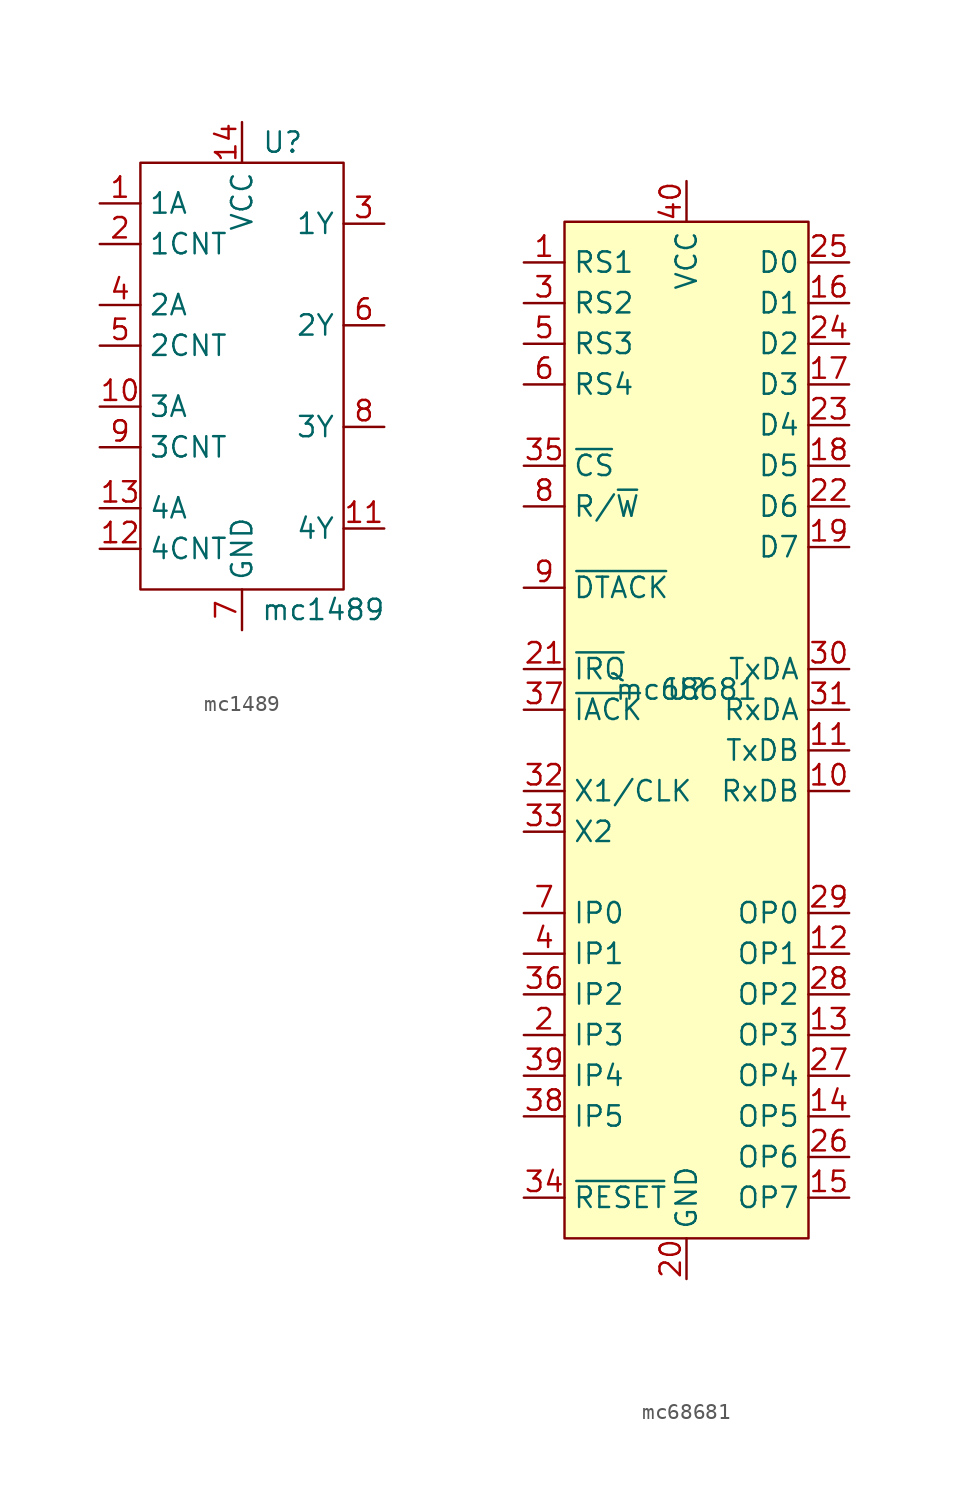
<source format=kicad_sym>
(kicad_symbol_lib
  (version 20211014)
  (generator kicad_symbol_editor)
  (symbol "mc1489"
    (property "Reference" "U"
      (at 0 0 0)
      (effects (font (size 1.27 1.27))))
    (property "Value" "mc1489"
      (at 2.54 -29.21 0)
      (effects (font (size 1.27 1.27))))
    (symbol "mc1489_0_1"
      (rectangle (start -8.89 -1.27) (end 3.81 -27.94) (stroke (width 0) (type default) (color 0 0 0 0)) (fill (type none))))
    (symbol "mc1489_1_1"
      (pin input line (at -11.43 -3.81 0) (length 2.54) (name "1A" (effects (font (size 1.27 1.27)))) (number "1" (effects (font (size 1.27 1.27)))))
      (pin input line (at -11.43 -16.51 0) (length 2.54) (name "3A" (effects (font (size 1.27 1.27)))) (number "10" (effects (font (size 1.27 1.27)))))
      (pin output line (at 6.35 -24.13 180) (length 2.54) (name "4Y" (effects (font (size 1.27 1.27)))) (number "11" (effects (font (size 1.27 1.27)))))
      (pin input line (at -11.43 -25.4 0) (length 2.54) (name "4CNT" (effects (font (size 1.27 1.27)))) (number "12" (effects (font (size 1.27 1.27)))))
      (pin input line (at -11.43 -22.86 0) (length 2.54) (name "4A" (effects (font (size 1.27 1.27)))) (number "13" (effects (font (size 1.27 1.27)))))
      (pin power_in line (at -2.54 1.27 270) (length 2.54) (name "VCC" (effects (font (size 1.27 1.27)))) (number "14" (effects (font (size 1.27 1.27)))))
      (pin input line (at -11.43 -6.35 0) (length 2.54) (name "1CNT" (effects (font (size 1.27 1.27)))) (number "2" (effects (font (size 1.27 1.27)))))
      (pin output line (at 6.35 -5.08 180) (length 2.54) (name "1Y" (effects (font (size 1.27 1.27)))) (number "3" (effects (font (size 1.27 1.27)))))
      (pin input line (at -11.43 -10.16 0) (length 2.54) (name "2A" (effects (font (size 1.27 1.27)))) (number "4" (effects (font (size 1.27 1.27)))))
      (pin input line (at -11.43 -12.7 0) (length 2.54) (name "2CNT" (effects (font (size 1.27 1.27)))) (number "5" (effects (font (size 1.27 1.27)))))
      (pin output line (at 6.35 -11.43 180) (length 2.54) (name "2Y" (effects (font (size 1.27 1.27)))) (number "6" (effects (font (size 1.27 1.27)))))
      (pin power_in line (at -2.54 -30.48 90) (length 2.54) (name "GND" (effects (font (size 1.27 1.27)))) (number "7" (effects (font (size 1.27 1.27)))))
      (pin output line (at 6.35 -17.78 180) (length 2.54) (name "3Y" (effects (font (size 1.27 1.27)))) (number "8" (effects (font (size 1.27 1.27)))))
      (pin input line (at -11.43 -19.05 0) (length 2.54) (name "3CNT" (effects (font (size 1.27 1.27)))) (number "9" (effects (font (size 1.27 1.27)))))))
  (symbol "mc68681"
    (property "Reference" "U"
      (at 0 0 0)
      (effects (font (size 1.27 1.27))))
    (property "Value" "mc68681"
      (at 0 0 0)
      (effects (font (size 1.27 1.27))))
    (symbol "mc68681_0_1"
      (rectangle (start -7.62 29.21) (end 7.62 -34.29) (stroke (width 0) (type default) (color 0 0 0 0)) (fill (type background))))
    (symbol "mc68681_1_1"
      (pin input line (at -10.16 26.67 0) (length 2.54) (name "RS1" (effects (font (size 1.27 1.27)))) (number "1" (effects (font (size 1.27 1.27)))))
      (pin input line (at 10.16 -6.35 180) (length 2.54) (name "RxDB" (effects (font (size 1.27 1.27)))) (number "10" (effects (font (size 1.27 1.27)))))
      (pin output line (at 10.16 -3.81 180) (length 2.54) (name "TxDB" (effects (font (size 1.27 1.27)))) (number "11" (effects (font (size 1.27 1.27)))))
      (pin output line (at 10.16 -16.51 180) (length 2.54) (name "OP1" (effects (font (size 1.27 1.27)))) (number "12" (effects (font (size 1.27 1.27)))))
      (pin output line (at 10.16 -21.59 180) (length 2.54) (name "OP3" (effects (font (size 1.27 1.27)))) (number "13" (effects (font (size 1.27 1.27)))))
      (pin output line (at 10.16 -26.67 180) (length 2.54) (name "OP5" (effects (font (size 1.27 1.27)))) (number "14" (effects (font (size 1.27 1.27)))))
      (pin output line (at 10.16 -31.75 180) (length 2.54) (name "OP7" (effects (font (size 1.27 1.27)))) (number "15" (effects (font (size 1.27 1.27)))))
      (pin bidirectional line (at 10.16 24.13 180) (length 2.54) (name "D1" (effects (font (size 1.27 1.27)))) (number "16" (effects (font (size 1.27 1.27)))))
      (pin bidirectional line (at 10.16 19.05 180) (length 2.54) (name "D3" (effects (font (size 1.27 1.27)))) (number "17" (effects (font (size 1.27 1.27)))))
      (pin bidirectional line (at 10.16 13.97 180) (length 2.54) (name "D5" (effects (font (size 1.27 1.27)))) (number "18" (effects (font (size 1.27 1.27)))))
      (pin bidirectional line (at 10.16 8.89 180) (length 2.54) (name "D7" (effects (font (size 1.27 1.27)))) (number "19" (effects (font (size 1.27 1.27)))))
      (pin input line (at -10.16 -21.59 0) (length 2.54) (name "IP3" (effects (font (size 1.27 1.27)))) (number "2" (effects (font (size 1.27 1.27)))))
      (pin power_in line (at 0 -36.83 90) (length 2.54) (name "GND" (effects (font (size 1.27 1.27)))) (number "20" (effects (font (size 1.27 1.27)))))
      (pin output line (at -10.16 1.27 0) (length 2.54) (name "~{IRQ}" (effects (font (size 1.27 1.27)))) (number "21" (effects (font (size 1.27 1.27)))))
      (pin bidirectional line (at 10.16 11.43 180) (length 2.54) (name "D6" (effects (font (size 1.27 1.27)))) (number "22" (effects (font (size 1.27 1.27)))))
      (pin bidirectional line (at 10.16 16.51 180) (length 2.54) (name "D4" (effects (font (size 1.27 1.27)))) (number "23" (effects (font (size 1.27 1.27)))))
      (pin bidirectional line (at 10.16 21.59 180) (length 2.54) (name "D2" (effects (font (size 1.27 1.27)))) (number "24" (effects (font (size 1.27 1.27)))))
      (pin bidirectional line (at 10.16 26.67 180) (length 2.54) (name "D0" (effects (font (size 1.27 1.27)))) (number "25" (effects (font (size 1.27 1.27)))))
      (pin output line (at 10.16 -29.21 180) (length 2.54) (name "OP6" (effects (font (size 1.27 1.27)))) (number "26" (effects (font (size 1.27 1.27)))))
      (pin output line (at 10.16 -24.13 180) (length 2.54) (name "OP4" (effects (font (size 1.27 1.27)))) (number "27" (effects (font (size 1.27 1.27)))))
      (pin output line (at 10.16 -19.05 180) (length 2.54) (name "OP2" (effects (font (size 1.27 1.27)))) (number "28" (effects (font (size 1.27 1.27)))))
      (pin output line (at 10.16 -13.97 180) (length 2.54) (name "OP0" (effects (font (size 1.27 1.27)))) (number "29" (effects (font (size 1.27 1.27)))))
      (pin input line (at -10.16 24.13 0) (length 2.54) (name "RS2" (effects (font (size 1.27 1.27)))) (number "3" (effects (font (size 1.27 1.27)))))
      (pin output line (at 10.16 1.27 180) (length 2.54) (name "TxDA" (effects (font (size 1.27 1.27)))) (number "30" (effects (font (size 1.27 1.27)))))
      (pin input line (at 10.16 -1.27 180) (length 2.54) (name "RxDA" (effects (font (size 1.27 1.27)))) (number "31" (effects (font (size 1.27 1.27)))))
      (pin input line (at -10.16 -6.35 0) (length 2.54) (name "X1/CLK" (effects (font (size 1.27 1.27)))) (number "32" (effects (font (size 1.27 1.27)))))
      (pin output line (at -10.16 -8.89 0) (length 2.54) (name "X2" (effects (font (size 1.27 1.27)))) (number "33" (effects (font (size 1.27 1.27)))))
      (pin input line (at -10.16 -31.75 0) (length 2.54) (name "~{RESET}" (effects (font (size 1.27 1.27)))) (number "34" (effects (font (size 1.27 1.27)))))
      (pin input line (at -10.16 13.97 0) (length 2.54) (name "~{CS}" (effects (font (size 1.27 1.27)))) (number "35" (effects (font (size 1.27 1.27)))))
      (pin input line (at -10.16 -19.05 0) (length 2.54) (name "IP2" (effects (font (size 1.27 1.27)))) (number "36" (effects (font (size 1.27 1.27)))))
      (pin input line (at -10.16 -1.27 0) (length 2.54) (name "~{IACK}" (effects (font (size 1.27 1.27)))) (number "37" (effects (font (size 1.27 1.27)))))
      (pin input line (at -10.16 -26.67 0) (length 2.54) (name "IP5" (effects (font (size 1.27 1.27)))) (number "38" (effects (font (size 1.27 1.27)))))
      (pin input line (at -10.16 -24.13 0) (length 2.54) (name "IP4" (effects (font (size 1.27 1.27)))) (number "39" (effects (font (size 1.27 1.27)))))
      (pin input line (at -10.16 -16.51 0) (length 2.54) (name "IP1" (effects (font (size 1.27 1.27)))) (number "4" (effects (font (size 1.27 1.27)))))
      (pin power_in line (at 0 31.75 270) (length 2.54) (name "VCC" (effects (font (size 1.27 1.27)))) (number "40" (effects (font (size 1.27 1.27)))))
      (pin input line (at -10.16 21.59 0) (length 2.54) (name "RS3" (effects (font (size 1.27 1.27)))) (number "5" (effects (font (size 1.27 1.27)))))
      (pin input line (at -10.16 19.05 0) (length 2.54) (name "RS4" (effects (font (size 1.27 1.27)))) (number "6" (effects (font (size 1.27 1.27)))))
      (pin input line (at -10.16 -13.97 0) (length 2.54) (name "IP0" (effects (font (size 1.27 1.27)))) (number "7" (effects (font (size 1.27 1.27)))))
      (pin input line (at -10.16 11.43 0) (length 2.54) (name "R/~{W}" (effects (font (size 1.27 1.27)))) (number "8" (effects (font (size 1.27 1.27)))))
      (pin open_collector line (at -10.16 6.35 0) (length 2.54) (name "~{DTACK}" (effects (font (size 1.27 1.27)))) (number "9" (effects (font (size 1.27 1.27))))))))
</source>
